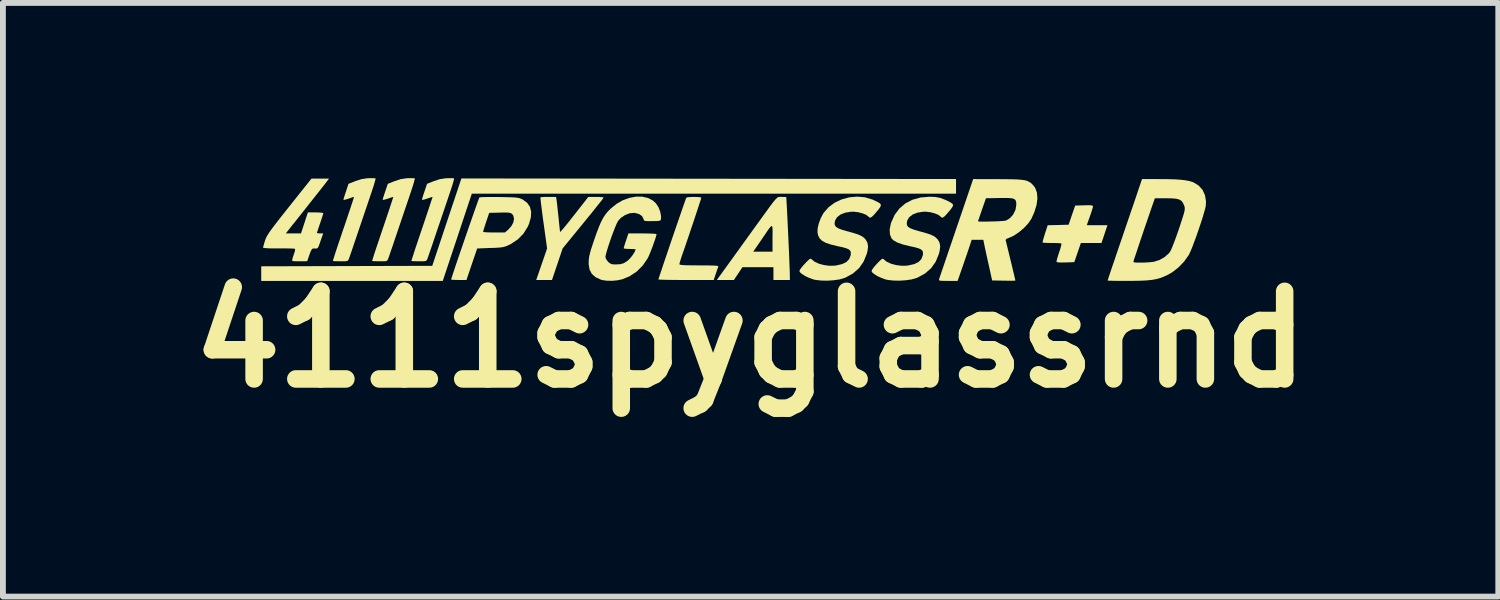
<source format=kicad_pcb>
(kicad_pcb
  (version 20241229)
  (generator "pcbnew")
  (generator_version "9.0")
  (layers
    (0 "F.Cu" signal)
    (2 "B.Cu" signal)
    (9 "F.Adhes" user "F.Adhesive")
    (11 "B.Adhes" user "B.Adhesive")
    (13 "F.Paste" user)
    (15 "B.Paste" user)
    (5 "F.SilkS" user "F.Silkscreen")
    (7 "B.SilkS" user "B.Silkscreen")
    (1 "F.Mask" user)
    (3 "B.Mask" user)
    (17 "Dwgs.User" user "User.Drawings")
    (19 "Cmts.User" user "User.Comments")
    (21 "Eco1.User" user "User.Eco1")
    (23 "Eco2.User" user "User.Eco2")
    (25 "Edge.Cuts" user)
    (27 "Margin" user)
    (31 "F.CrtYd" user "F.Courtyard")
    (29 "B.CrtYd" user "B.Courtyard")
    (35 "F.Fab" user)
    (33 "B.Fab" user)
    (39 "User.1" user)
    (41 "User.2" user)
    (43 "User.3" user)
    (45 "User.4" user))
  (footprint "4111spyglassrnd"
    (layer "F.Cu")
    (at 9.8 2.759)
    (property "Reference" "4111spyglassrnd" (at 0 0 0) (layer "F.SilkS") (effects (font (size 1.5 1.5) (thickness 0.3))))
    (attr board_only exclude_from_pos_files exclude_from_bom)
    (fp_poly (pts (xy -0.717 -2.749) (xy 3.517 -2.744) (xy 3.517 -2.619) (xy 3.517 -2.493) (xy -0.628 -2.493) (xy -4.773 -2.493) (xy -5.021 -1.747) (xy -5.27 -1) (xy -6.824 -1) (xy -8.378 -1) (xy -8.378 -1.125) (xy -8.378 -1.25) (xy -6.914 -1.254) (xy -5.45 -1.258) (xy -5.201 -2.006) (xy -4.951 -2.754)) (stroke (width 0) (type solid)) (fill yes) (layer "F.SilkS"))
    (fp_poly (pts (xy -3.322 -2.388) (xy -3.318 -2.354) (xy -3.311 -2.297) (xy -3.303 -2.222) (xy -3.294 -2.137) (xy -3.289 -2.095) (xy -3.281 -2.01) (xy -3.273 -1.937) (xy -3.267 -1.88) (xy -3.263 -1.846) (xy -3.261 -1.838) (xy -3.251 -1.846) (xy -3.224 -1.876) (xy -3.184 -1.924) (xy -3.132 -1.987) (xy -3.072 -2.063) (xy -3.018 -2.131) (xy -2.778 -2.438) (xy -2.647 -2.438) (xy -2.588 -2.437) (xy -2.542 -2.433) (xy -2.519 -2.428) (xy -2.517 -2.426) (xy -2.526 -2.411) (xy -2.553 -2.375) (xy -2.596 -2.321) (xy -2.652 -2.251) (xy -2.718 -2.168) (xy -2.794 -2.075) (xy -2.867 -1.985) (xy -3.218 -1.556) (xy -3.309 -1.286) (xy -3.4 -1.016) (xy -3.535 -1.016) (xy -3.67 -1.016) (xy -3.577 -1.286) (xy -3.484 -1.555) (xy -3.544 -1.989) (xy -3.56 -2.102) (xy -3.573 -2.205) (xy -3.584 -2.293) (xy -3.592 -2.362) (xy -3.597 -2.41) (xy -3.597 -2.43) (xy -3.597 -2.431) (xy -3.579 -2.434) (xy -3.538 -2.437) (xy -3.481 -2.438) (xy -3.46 -2.438) (xy -3.331 -2.438)) (stroke (width 0) (type solid)) (fill yes) (layer "F.SilkS"))
    (fp_poly (pts (xy 5.826 -2.294) (xy 5.851 -2.289) (xy 5.861 -2.281) (xy 5.862 -2.275) (xy 5.856 -2.251) (xy 5.843 -2.206) (xy 5.823 -2.146) (xy 5.808 -2.103) (xy 5.755 -1.954) (xy 5.932 -1.954) (xy 6.109 -1.954) (xy 6.058 -1.801) (xy 6.007 -1.649) (xy 5.831 -1.649) (xy 5.654 -1.649) (xy 5.598 -1.485) (xy 5.541 -1.321) (xy 5.389 -1.316) (xy 5.316 -1.315) (xy 5.269 -1.317) (xy 5.244 -1.322) (xy 5.236 -1.332) (xy 5.236 -1.333) (xy 5.241 -1.356) (xy 5.254 -1.401) (xy 5.272 -1.46) (xy 5.283 -1.492) (xy 5.303 -1.554) (xy 5.316 -1.603) (xy 5.322 -1.634) (xy 5.321 -1.64) (xy 5.302 -1.644) (xy 5.26 -1.647) (xy 5.2 -1.649) (xy 5.157 -1.649) (xy 5.091 -1.65) (xy 5.038 -1.652) (xy 5.005 -1.655) (xy 4.998 -1.658) (xy 5.001 -1.675) (xy 5.011 -1.716) (xy 5.028 -1.772) (xy 5.04 -1.81) (xy 5.086 -1.953) (xy 5.265 -1.957) (xy 5.444 -1.962) (xy 5.5 -2.126) (xy 5.557 -2.29) (xy 5.709 -2.294) (xy 5.781 -2.296)) (stroke (width 0) (type solid)) (fill yes) (layer "F.SilkS"))
    (fp_poly (pts (xy -6.443 -2.758) (xy -6.421 -2.756) (xy -6.421 -2.756) (xy -6.422 -2.74) (xy -6.433 -2.7) (xy -6.45 -2.639) (xy -6.474 -2.565) (xy -6.497 -2.497) (xy -6.526 -2.41) (xy -6.563 -2.301) (xy -6.605 -2.177) (xy -6.649 -2.047) (xy -6.693 -1.917) (xy -6.723 -1.829) (xy -6.76 -1.719) (xy -6.795 -1.617) (xy -6.825 -1.528) (xy -6.85 -1.455) (xy -6.868 -1.403) (xy -6.878 -1.376) (xy -6.878 -1.375) (xy -6.888 -1.355) (xy -6.902 -1.343) (xy -6.929 -1.337) (xy -6.974 -1.336) (xy -7.02 -1.336) (xy -7.079 -1.337) (xy -7.125 -1.338) (xy -7.149 -1.341) (xy -7.151 -1.341) (xy -7.147 -1.357) (xy -7.134 -1.399) (xy -7.114 -1.463) (xy -7.086 -1.548) (xy -7.053 -1.648) (xy -7.014 -1.762) (xy -6.973 -1.886) (xy -6.97 -1.892) (xy -6.928 -2.016) (xy -6.89 -2.13) (xy -6.856 -2.231) (xy -6.828 -2.316) (xy -6.807 -2.38) (xy -6.794 -2.422) (xy -6.789 -2.438) (xy -6.79 -2.438) (xy -6.806 -2.434) (xy -6.843 -2.422) (xy -6.883 -2.408) (xy -6.929 -2.394) (xy -6.961 -2.387) (xy -6.971 -2.389) (xy -6.967 -2.408) (xy -6.954 -2.45) (xy -6.936 -2.505) (xy -6.927 -2.531) (xy -6.884 -2.662) (xy -6.767 -2.708) (xy -6.663 -2.742) (xy -6.564 -2.757) (xy -6.541 -2.758) (xy -6.486 -2.759)) (stroke (width 0) (type solid)) (fill yes) (layer "F.SilkS"))
    (fp_poly (pts (xy -5.77 -2.758) (xy -5.749 -2.756) (xy -5.749 -2.756) (xy -5.75 -2.74) (xy -5.761 -2.7) (xy -5.778 -2.639) (xy -5.802 -2.565) (xy -5.825 -2.497) (xy -5.854 -2.41) (xy -5.891 -2.301) (xy -5.933 -2.177) (xy -5.977 -2.047) (xy -6.021 -1.917) (xy -6.051 -1.829) (xy -6.088 -1.719) (xy -6.122 -1.617) (xy -6.153 -1.528) (xy -6.178 -1.455) (xy -6.196 -1.403) (xy -6.206 -1.376) (xy -6.206 -1.375) (xy -6.216 -1.355) (xy -6.23 -1.343) (xy -6.257 -1.337) (xy -6.302 -1.336) (xy -6.348 -1.336) (xy -6.407 -1.337) (xy -6.453 -1.338) (xy -6.477 -1.341) (xy -6.479 -1.341) (xy -6.475 -1.357) (xy -6.462 -1.399) (xy -6.442 -1.463) (xy -6.414 -1.548) (xy -6.38 -1.648) (xy -6.342 -1.762) (xy -6.3 -1.886) (xy -6.298 -1.892) (xy -6.256 -2.016) (xy -6.218 -2.13) (xy -6.184 -2.231) (xy -6.156 -2.316) (xy -6.135 -2.38) (xy -6.122 -2.422) (xy -6.117 -2.438) (xy -6.117 -2.438) (xy -6.134 -2.434) (xy -6.171 -2.422) (xy -6.211 -2.408) (xy -6.257 -2.394) (xy -6.289 -2.387) (xy -6.299 -2.389) (xy -6.295 -2.408) (xy -6.282 -2.45) (xy -6.264 -2.505) (xy -6.255 -2.531) (xy -6.211 -2.662) (xy -6.095 -2.708) (xy -5.991 -2.742) (xy -5.892 -2.757) (xy -5.869 -2.758) (xy -5.813 -2.759)) (stroke (width 0) (type solid)) (fill yes) (layer "F.SilkS"))
    (fp_poly (pts (xy -5.098 -2.758) (xy -5.077 -2.756) (xy -5.077 -2.756) (xy -5.078 -2.74) (xy -5.088 -2.7) (xy -5.106 -2.639) (xy -5.13 -2.565) (xy -5.153 -2.497) (xy -5.182 -2.41) (xy -5.219 -2.301) (xy -5.261 -2.177) (xy -5.305 -2.047) (xy -5.349 -1.917) (xy -5.379 -1.829) (xy -5.416 -1.719) (xy -5.45 -1.617) (xy -5.481 -1.528) (xy -5.506 -1.455) (xy -5.524 -1.403) (xy -5.534 -1.376) (xy -5.534 -1.375) (xy -5.544 -1.355) (xy -5.558 -1.343) (xy -5.584 -1.337) (xy -5.63 -1.336) (xy -5.676 -1.336) (xy -5.735 -1.337) (xy -5.781 -1.338) (xy -5.805 -1.341) (xy -5.807 -1.341) (xy -5.803 -1.357) (xy -5.79 -1.399) (xy -5.769 -1.463) (xy -5.742 -1.548) (xy -5.708 -1.648) (xy -5.67 -1.762) (xy -5.628 -1.886) (xy -5.626 -1.892) (xy -5.584 -2.016) (xy -5.546 -2.13) (xy -5.512 -2.231) (xy -5.484 -2.316) (xy -5.463 -2.38) (xy -5.449 -2.422) (xy -5.445 -2.438) (xy -5.445 -2.438) (xy -5.461 -2.434) (xy -5.499 -2.422) (xy -5.539 -2.408) (xy -5.585 -2.394) (xy -5.617 -2.387) (xy -5.627 -2.389) (xy -5.622 -2.408) (xy -5.61 -2.45) (xy -5.592 -2.505) (xy -5.583 -2.531) (xy -5.539 -2.662) (xy -5.423 -2.708) (xy -5.319 -2.742) (xy -5.219 -2.757) (xy -5.197 -2.758) (xy -5.141 -2.759)) (stroke (width 0) (type solid)) (fill yes) (layer "F.SilkS"))
    (fp_poly (pts (xy 0.52 -2.439) (xy 0.533 -2.438) (xy 0.577 -2.438) (xy 0.605 -2.436) (xy 0.61 -2.434) (xy 0.613 -2.401) (xy 0.616 -2.34) (xy 0.621 -2.256) (xy 0.626 -2.155) (xy 0.632 -2.039) (xy 0.638 -1.913) (xy 0.644 -1.782) (xy 0.65 -1.65) (xy 0.656 -1.522) (xy 0.661 -1.401) (xy 0.665 -1.291) (xy 0.669 -1.198) (xy 0.671 -1.125) (xy 0.672 -1.077) (xy 0.672 -1.07) (xy 0.672 -1.016) (xy 0.531 -1.016) (xy 0.391 -1.016) (xy 0.391 -1.125) (xy 0.391 -1.235) (xy 0.125 -1.235) (xy -0.14 -1.235) (xy -0.213 -1.125) (xy -0.286 -1.016) (xy -0.432 -1.016) (xy -0.578 -1.016) (xy -0.372 -1.301) (xy -0.304 -1.395) (xy -0.228 -1.501) (xy 0.045 -1.501) (xy 0.21 -1.501) (xy 0.375 -1.501) (xy 0.375 -1.737) (xy 0.376 -1.82) (xy 0.376 -1.882) (xy 0.373 -1.922) (xy 0.365 -1.94) (xy 0.349 -1.934) (xy 0.324 -1.906) (xy 0.286 -1.853) (xy 0.234 -1.776) (xy 0.182 -1.7) (xy 0.045 -1.501) (xy -0.228 -1.501) (xy -0.223 -1.507) (xy -0.135 -1.63) (xy -0.044 -1.756) (xy 0.043 -1.877) (xy 0.099 -1.954) (xy 0.188 -2.077) (xy 0.261 -2.178) (xy 0.319 -2.258) (xy 0.365 -2.32) (xy 0.401 -2.366) (xy 0.429 -2.398) (xy 0.451 -2.42) (xy 0.468 -2.432) (xy 0.485 -2.438) (xy 0.501 -2.439)) (stroke (width 0) (type solid)) (fill yes) (layer "F.SilkS"))
    (fp_poly (pts (xy -0.938 -2.438) (xy -0.889 -2.435) (xy -0.855 -2.43) (xy -0.844 -2.423) (xy -0.849 -2.406) (xy -0.863 -2.362) (xy -0.884 -2.297) (xy -0.911 -2.214) (xy -0.943 -2.118) (xy -0.978 -2.012) (xy -1.016 -1.9) (xy -1.054 -1.786) (xy -1.092 -1.675) (xy -1.128 -1.569) (xy -1.161 -1.474) (xy -1.171 -1.447) (xy -1.192 -1.384) (xy -1.208 -1.331) (xy -1.218 -1.296) (xy -1.219 -1.287) (xy -1.214 -1.28) (xy -1.195 -1.275) (xy -1.159 -1.271) (xy -1.103 -1.268) (xy -1.024 -1.267) (xy -0.917 -1.266) (xy -0.882 -1.266) (xy -0.767 -1.266) (xy -0.68 -1.264) (xy -0.618 -1.262) (xy -0.578 -1.259) (xy -0.557 -1.254) (xy -0.552 -1.247) (xy -0.552 -1.247) (xy -0.561 -1.223) (xy -0.577 -1.179) (xy -0.595 -1.123) (xy -0.596 -1.122) (xy -0.631 -1.016) (xy -1.105 -1.016) (xy -1.223 -1.016) (xy -1.33 -1.017) (xy -1.423 -1.018) (xy -1.498 -1.02) (xy -1.55 -1.022) (xy -1.576 -1.024) (xy -1.579 -1.025) (xy -1.574 -1.041) (xy -1.56 -1.084) (xy -1.538 -1.149) (xy -1.51 -1.233) (xy -1.477 -1.332) (xy -1.439 -1.443) (xy -1.399 -1.562) (xy -1.357 -1.686) (xy -1.314 -1.811) (xy -1.272 -1.934) (xy -1.232 -2.05) (xy -1.195 -2.157) (xy -1.163 -2.25) (xy -1.136 -2.327) (xy -1.116 -2.384) (xy -1.104 -2.417) (xy -1.102 -2.423) (xy -1.083 -2.431) (xy -1.044 -2.435) (xy -0.992 -2.438)) (stroke (width 0) (type solid)) (fill yes) (layer "F.SilkS"))
    (fp_poly (pts (xy -7.262 -2.692) (xy -7.286 -2.661) (xy -7.329 -2.606) (xy -7.389 -2.53) (xy -7.466 -2.433) (xy -7.558 -2.317) (xy -7.664 -2.182) (xy -7.784 -2.031) (xy -7.874 -1.919) (xy -7.957 -1.813) (xy -7.827 -1.813) (xy -7.697 -1.813) (xy -7.638 -1.993) (xy -7.579 -2.173) (xy -7.447 -2.173) (xy -7.387 -2.171) (xy -7.342 -2.167) (xy -7.317 -2.162) (xy -7.315 -2.159) (xy -7.32 -2.14) (xy -7.333 -2.098) (xy -7.352 -2.04) (xy -7.37 -1.987) (xy -7.392 -1.922) (xy -7.41 -1.868) (xy -7.422 -1.832) (xy -7.425 -1.821) (xy -7.411 -1.816) (xy -7.377 -1.813) (xy -7.371 -1.813) (xy -7.317 -1.813) (xy -7.354 -1.708) (xy -7.378 -1.638) (xy -7.395 -1.593) (xy -7.408 -1.568) (xy -7.422 -1.556) (xy -7.438 -1.554) (xy -7.457 -1.555) (xy -7.485 -1.556) (xy -7.505 -1.548) (xy -7.521 -1.527) (xy -7.539 -1.486) (xy -7.559 -1.431) (xy -7.591 -1.337) (xy -7.71 -1.336) (xy -7.769 -1.336) (xy -7.816 -1.338) (xy -7.842 -1.34) (xy -7.844 -1.341) (xy -7.848 -1.357) (xy -7.839 -1.397) (xy -7.823 -1.445) (xy -7.803 -1.503) (xy -7.797 -1.537) (xy -7.804 -1.551) (xy -7.804 -1.551) (xy -7.826 -1.553) (xy -7.873 -1.555) (xy -7.94 -1.556) (xy -8.021 -1.556) (xy -8.085 -1.556) (xy -8.18 -1.556) (xy -8.257 -1.558) (xy -8.312 -1.562) (xy -8.342 -1.567) (xy -8.347 -1.57) (xy -8.342 -1.591) (xy -8.33 -1.633) (xy -8.314 -1.687) (xy -8.313 -1.69) (xy -8.303 -1.719) (xy -8.29 -1.748) (xy -8.272 -1.781) (xy -8.247 -1.82) (xy -8.214 -1.868) (xy -8.17 -1.927) (xy -8.114 -2) (xy -8.043 -2.091) (xy -7.955 -2.202) (xy -7.899 -2.273) (xy -7.518 -2.751) (xy -7.368 -2.751) (xy -7.218 -2.751)) (stroke (width 0) (type solid)) (fill yes) (layer "F.SilkS"))
    (fp_poly (pts (xy -4.332 -2.437) (xy -4.303 -2.436) (xy -4.194 -2.434) (xy -4.11 -2.432) (xy -4.048 -2.429) (xy -4.003 -2.425) (xy -3.968 -2.419) (xy -3.941 -2.41) (xy -3.914 -2.399) (xy -3.899 -2.391) (xy -3.826 -2.338) (xy -3.778 -2.269) (xy -3.757 -2.185) (xy -3.762 -2.088) (xy -3.793 -1.978) (xy -3.816 -1.926) (xy -3.889 -1.809) (xy -3.986 -1.71) (xy -4.106 -1.631) (xy -4.121 -1.623) (xy -4.164 -1.603) (xy -4.2 -1.589) (xy -4.238 -1.579) (xy -4.284 -1.572) (xy -4.345 -1.568) (xy -4.428 -1.564) (xy -4.454 -1.564) (xy -4.681 -1.555) (xy -4.773 -1.286) (xy -4.864 -1.016) (xy -4.996 -1.016) (xy -5.055 -1.017) (xy -5.101 -1.019) (xy -5.125 -1.022) (xy -5.127 -1.024) (xy -5.122 -1.042) (xy -5.108 -1.086) (xy -5.086 -1.152) (xy -5.058 -1.237) (xy -5.024 -1.337) (xy -4.986 -1.449) (xy -4.945 -1.568) (xy -4.902 -1.693) (xy -4.859 -1.818) (xy -4.851 -1.841) (xy -4.58 -1.841) (xy -4.565 -1.836) (xy -4.525 -1.832) (xy -4.466 -1.83) (xy -4.394 -1.829) (xy -4.393 -1.829) (xy -4.206 -1.829) (xy -4.148 -1.879) (xy -4.094 -1.94) (xy -4.061 -2.003) (xy -4.05 -2.065) (xy -4.063 -2.119) (xy -4.08 -2.142) (xy -4.097 -2.156) (xy -4.117 -2.164) (xy -4.148 -2.169) (xy -4.197 -2.171) (xy -4.268 -2.17) (xy -4.294 -2.169) (xy -4.475 -2.165) (xy -4.528 -2.009) (xy -4.549 -1.944) (xy -4.566 -1.889) (xy -4.577 -1.853) (xy -4.58 -1.841) (xy -4.851 -1.841) (xy -4.817 -1.94) (xy -4.776 -2.057) (xy -4.739 -2.163) (xy -4.706 -2.257) (xy -4.679 -2.333) (xy -4.659 -2.389) (xy -4.647 -2.421) (xy -4.644 -2.428) (xy -4.625 -2.432) (xy -4.579 -2.435) (xy -4.512 -2.436) (xy -4.428 -2.437)) (stroke (width 0) (type solid)) (fill yes) (layer "F.SilkS"))
    (fp_poly (pts (xy 3.163 -2.437) (xy 3.25 -2.42) (xy 3.336 -2.387) (xy 3.368 -2.372) (xy 3.425 -2.342) (xy 3.458 -2.319) (xy 3.467 -2.294) (xy 3.453 -2.262) (xy 3.418 -2.215) (xy 3.395 -2.188) (xy 3.346 -2.131) (xy 3.312 -2.098) (xy 3.287 -2.083) (xy 3.268 -2.086) (xy 3.252 -2.102) (xy 3.212 -2.132) (xy 3.15 -2.157) (xy 3.076 -2.176) (xy 2.998 -2.185) (xy 2.954 -2.184) (xy 2.854 -2.168) (xy 2.773 -2.136) (xy 2.714 -2.089) (xy 2.68 -2.031) (xy 2.673 -1.984) (xy 2.678 -1.952) (xy 2.697 -1.925) (xy 2.733 -1.902) (xy 2.79 -1.879) (xy 2.873 -1.854) (xy 2.901 -1.847) (xy 3.001 -1.819) (xy 3.075 -1.795) (xy 3.129 -1.771) (xy 3.168 -1.745) (xy 3.198 -1.715) (xy 3.203 -1.71) (xy 3.235 -1.654) (xy 3.246 -1.589) (xy 3.236 -1.51) (xy 3.222 -1.458) (xy 3.168 -1.327) (xy 3.09 -1.217) (xy 2.988 -1.128) (xy 2.863 -1.059) (xy 2.833 -1.047) (xy 2.754 -1.025) (xy 2.656 -1.011) (xy 2.549 -1.004) (xy 2.445 -1.006) (xy 2.353 -1.016) (xy 2.314 -1.024) (xy 2.242 -1.05) (xy 2.172 -1.082) (xy 2.114 -1.118) (xy 2.08 -1.148) (xy 2.071 -1.166) (xy 2.078 -1.19) (xy 2.104 -1.226) (xy 2.107 -1.231) (xy 2.15 -1.28) (xy 2.197 -1.33) (xy 2.208 -1.341) (xy 2.241 -1.371) (xy 2.261 -1.381) (xy 2.276 -1.374) (xy 2.282 -1.367) (xy 2.332 -1.327) (xy 2.405 -1.294) (xy 2.492 -1.271) (xy 2.586 -1.259) (xy 2.678 -1.261) (xy 2.702 -1.265) (xy 2.802 -1.288) (xy 2.875 -1.324) (xy 2.922 -1.372) (xy 2.947 -1.436) (xy 2.95 -1.451) (xy 2.951 -1.488) (xy 2.941 -1.517) (xy 2.915 -1.54) (xy 2.869 -1.56) (xy 2.8 -1.579) (xy 2.727 -1.594) (xy 2.602 -1.625) (xy 2.508 -1.659) (xy 2.443 -1.697) (xy 2.412 -1.729) (xy 2.385 -1.798) (xy 2.381 -1.884) (xy 2.401 -1.983) (xy 2.407 -1.999) (xy 2.466 -2.13) (xy 2.547 -2.239) (xy 2.649 -2.326) (xy 2.77 -2.389) (xy 2.909 -2.428) (xy 3.063 -2.441)) (stroke (width 0) (type solid)) (fill yes) (layer "F.SilkS"))
    (fp_poly (pts (xy 1.959 -2.431) (xy 2.086 -2.393) (xy 2.105 -2.384) (xy 2.173 -2.352) (xy 2.215 -2.327) (xy 2.231 -2.302) (xy 2.224 -2.272) (xy 2.195 -2.23) (xy 2.16 -2.188) (xy 2.112 -2.131) (xy 2.077 -2.098) (xy 2.052 -2.083) (xy 2.033 -2.086) (xy 2.017 -2.102) (xy 1.977 -2.132) (xy 1.915 -2.157) (xy 1.841 -2.176) (xy 1.764 -2.185) (xy 1.719 -2.184) (xy 1.619 -2.168) (xy 1.538 -2.136) (xy 1.479 -2.089) (xy 1.445 -2.031) (xy 1.438 -1.984) (xy 1.443 -1.952) (xy 1.462 -1.925) (xy 1.498 -1.902) (xy 1.555 -1.879) (xy 1.638 -1.854) (xy 1.666 -1.847) (xy 1.766 -1.819) (xy 1.84 -1.795) (xy 1.894 -1.771) (xy 1.934 -1.745) (xy 1.964 -1.715) (xy 1.968 -1.71) (xy 2 -1.654) (xy 2.011 -1.589) (xy 2.001 -1.51) (xy 1.987 -1.458) (xy 1.933 -1.327) (xy 1.855 -1.217) (xy 1.753 -1.128) (xy 1.629 -1.059) (xy 1.598 -1.047) (xy 1.52 -1.025) (xy 1.422 -1.011) (xy 1.315 -1.004) (xy 1.21 -1.006) (xy 1.118 -1.016) (xy 1.079 -1.024) (xy 1.007 -1.05) (xy 0.937 -1.082) (xy 0.879 -1.118) (xy 0.845 -1.148) (xy 0.836 -1.166) (xy 0.843 -1.19) (xy 0.869 -1.226) (xy 0.872 -1.231) (xy 0.915 -1.28) (xy 0.962 -1.33) (xy 0.973 -1.341) (xy 1.006 -1.371) (xy 1.027 -1.381) (xy 1.041 -1.374) (xy 1.048 -1.367) (xy 1.098 -1.327) (xy 1.17 -1.294) (xy 1.257 -1.271) (xy 1.351 -1.259) (xy 1.443 -1.261) (xy 1.467 -1.265) (xy 1.567 -1.288) (xy 1.64 -1.324) (xy 1.687 -1.372) (xy 1.712 -1.436) (xy 1.715 -1.451) (xy 1.716 -1.488) (xy 1.706 -1.517) (xy 1.68 -1.54) (xy 1.634 -1.56) (xy 1.565 -1.579) (xy 1.492 -1.594) (xy 1.377 -1.622) (xy 1.289 -1.651) (xy 1.226 -1.685) (xy 1.183 -1.726) (xy 1.157 -1.776) (xy 1.145 -1.833) (xy 1.148 -1.901) (xy 1.167 -1.983) (xy 1.199 -2.069) (xy 1.24 -2.148) (xy 1.253 -2.168) (xy 1.337 -2.263) (xy 1.441 -2.34) (xy 1.561 -2.396) (xy 1.691 -2.431) (xy 1.825 -2.443)) (stroke (width 0) (type solid)) (fill yes) (layer "F.SilkS"))
    (fp_poly (pts (xy 4.23 -2.742) (xy 4.369 -2.741) (xy 4.48 -2.74) (xy 4.568 -2.737) (xy 4.637 -2.731) (xy 4.69 -2.724) (xy 4.731 -2.713) (xy 4.764 -2.698) (xy 4.794 -2.679) (xy 4.817 -2.661) (xy 4.871 -2.595) (xy 4.902 -2.511) (xy 4.91 -2.412) (xy 4.895 -2.299) (xy 4.857 -2.176) (xy 4.806 -2.062) (xy 4.755 -1.987) (xy 4.683 -1.909) (xy 4.598 -1.837) (xy 4.51 -1.777) (xy 4.426 -1.738) (xy 4.419 -1.735) (xy 4.379 -1.719) (xy 4.366 -1.7) (xy 4.368 -1.691) (xy 4.374 -1.668) (xy 4.385 -1.622) (xy 4.401 -1.557) (xy 4.42 -1.478) (xy 4.441 -1.392) (xy 4.463 -1.304) (xy 4.483 -1.218) (xy 4.502 -1.14) (xy 4.517 -1.075) (xy 4.528 -1.029) (xy 4.533 -1.007) (xy 4.533 -1.006) (xy 4.518 -1.004) (xy 4.478 -1.003) (xy 4.419 -1.003) (xy 4.345 -1.004) (xy 4.334 -1.004) (xy 4.135 -1.008) (xy 4.078 -1.266) (xy 4.057 -1.36) (xy 4.037 -1.45) (xy 4.02 -1.529) (xy 4.007 -1.59) (xy 4.002 -1.614) (xy 3.984 -1.704) (xy 3.885 -1.704) (xy 3.785 -1.704) (xy 3.732 -1.544) (xy 3.704 -1.461) (xy 3.67 -1.363) (xy 3.636 -1.263) (xy 3.611 -1.192) (xy 3.544 -1) (xy 3.381 -1) (xy 3.308 -1.001) (xy 3.262 -1.002) (xy 3.236 -1.006) (xy 3.226 -1.014) (xy 3.226 -1.026) (xy 3.229 -1.036) (xy 3.236 -1.057) (xy 3.252 -1.104) (xy 3.276 -1.176) (xy 3.308 -1.269) (xy 3.346 -1.381) (xy 3.389 -1.508) (xy 3.437 -1.648) (xy 3.488 -1.798) (xy 3.525 -1.907) (xy 3.564 -2.02) (xy 3.893 -2.02) (xy 3.907 -2.017) (xy 3.945 -2.015) (xy 4.002 -2.015) (xy 4.071 -2.016) (xy 4.145 -2.018) (xy 4.218 -2.02) (xy 4.284 -2.024) (xy 4.336 -2.028) (xy 4.367 -2.032) (xy 4.372 -2.033) (xy 4.441 -2.075) (xy 4.497 -2.139) (xy 4.535 -2.218) (xy 4.549 -2.302) (xy 4.549 -2.302) (xy 4.547 -2.345) (xy 4.538 -2.377) (xy 4.52 -2.398) (xy 4.486 -2.412) (xy 4.433 -2.418) (xy 4.358 -2.42) (xy 4.259 -2.419) (xy 4.029 -2.415) (xy 3.961 -2.22) (xy 3.936 -2.147) (xy 3.915 -2.086) (xy 3.9 -2.042) (xy 3.893 -2.021) (xy 3.893 -2.02) (xy 3.564 -2.02) (xy 3.81 -2.743)) (stroke (width 0) (type solid)) (fill yes) (layer "F.SilkS"))
    (fp_poly (pts (xy -1.853 -2.442) (xy -1.754 -2.419) (xy -1.669 -2.373) (xy -1.619 -2.326) (xy -1.577 -2.261) (xy -1.547 -2.184) (xy -1.533 -2.107) (xy -1.534 -2.064) (xy -1.538 -2.045) (xy -1.548 -2.034) (xy -1.569 -2.028) (xy -1.609 -2.025) (xy -1.673 -2.024) (xy -1.683 -2.024) (xy -1.75 -2.023) (xy -1.793 -2.025) (xy -1.816 -2.03) (xy -1.828 -2.041) (xy -1.833 -2.059) (xy -1.834 -2.064) (xy -1.859 -2.11) (xy -1.908 -2.144) (xy -1.976 -2.163) (xy -1.993 -2.165) (xy -2.07 -2.158) (xy -2.15 -2.127) (xy -2.222 -2.078) (xy -2.267 -2.029) (xy -2.286 -1.995) (xy -2.311 -1.938) (xy -2.34 -1.865) (xy -2.372 -1.781) (xy -2.403 -1.692) (xy -2.432 -1.606) (xy -2.457 -1.527) (xy -2.475 -1.463) (xy -2.485 -1.419) (xy -2.485 -1.409) (xy -2.475 -1.375) (xy -2.448 -1.337) (xy -2.44 -1.327) (xy -2.407 -1.3) (xy -2.374 -1.286) (xy -2.327 -1.282) (xy -2.308 -1.282) (xy -2.232 -1.286) (xy -2.174 -1.302) (xy -2.121 -1.334) (xy -2.088 -1.361) (xy -2.053 -1.398) (xy -2.018 -1.444) (xy -1.988 -1.491) (xy -1.971 -1.528) (xy -1.969 -1.539) (xy -1.984 -1.543) (xy -2.021 -1.546) (xy -2.071 -1.547) (xy -2.123 -1.549) (xy -2.159 -1.553) (xy -2.173 -1.559) (xy -2.168 -1.578) (xy -2.156 -1.62) (xy -2.138 -1.675) (xy -2.132 -1.692) (xy -2.092 -1.813) (xy -1.851 -1.813) (xy -1.768 -1.812) (xy -1.698 -1.81) (xy -1.645 -1.807) (xy -1.615 -1.803) (xy -1.61 -1.801) (xy -1.616 -1.774) (xy -1.63 -1.725) (xy -1.652 -1.662) (xy -1.677 -1.591) (xy -1.704 -1.521) (xy -1.73 -1.457) (xy -1.752 -1.407) (xy -1.761 -1.389) (xy -1.846 -1.264) (xy -1.951 -1.159) (xy -2.073 -1.079) (xy -2.19 -1.03) (xy -2.273 -1.011) (xy -2.367 -1.002) (xy -2.459 -1.003) (xy -2.538 -1.014) (xy -2.565 -1.022) (xy -2.655 -1.064) (xy -2.718 -1.12) (xy -2.756 -1.191) (xy -2.772 -1.282) (xy -2.772 -1.321) (xy -2.77 -1.369) (xy -2.763 -1.418) (xy -2.75 -1.475) (xy -2.73 -1.545) (xy -2.7 -1.636) (xy -2.683 -1.688) (xy -2.637 -1.819) (xy -2.597 -1.924) (xy -2.561 -2.008) (xy -2.525 -2.077) (xy -2.488 -2.134) (xy -2.447 -2.185) (xy -2.4 -2.233) (xy -2.398 -2.235) (xy -2.296 -2.318) (xy -2.187 -2.381) (xy -2.073 -2.422) (xy -1.961 -2.443)) (stroke (width 0) (type solid)) (fill yes) (layer "F.SilkS"))
    (fp_poly (pts (xy 7.129 -2.742) (xy 7.257 -2.739) (xy 7.362 -2.732) (xy 7.446 -2.722) (xy 7.514 -2.709) (xy 7.569 -2.692) (xy 7.581 -2.687) (xy 7.67 -2.633) (xy 7.737 -2.559) (xy 7.779 -2.467) (xy 7.796 -2.362) (xy 7.793 -2.29) (xy 7.783 -2.241) (xy 7.763 -2.17) (xy 7.737 -2.081) (xy 7.704 -1.98) (xy 7.668 -1.873) (xy 7.631 -1.765) (xy 7.593 -1.664) (xy 7.559 -1.573) (xy 7.528 -1.499) (xy 7.504 -1.449) (xy 7.5 -1.441) (xy 7.422 -1.332) (xy 7.325 -1.231) (xy 7.217 -1.147) (xy 7.142 -1.104) (xy 7.074 -1.073) (xy 7.009 -1.048) (xy 6.941 -1.03) (xy 6.866 -1.017) (xy 6.777 -1.008) (xy 6.67 -1.003) (xy 6.539 -1.001) (xy 6.459 -1.001) (xy 6.359 -1.001) (xy 6.27 -1.001) (xy 6.197 -1.002) (xy 6.143 -1.004) (xy 6.115 -1.005) (xy 6.112 -1.006) (xy 6.117 -1.021) (xy 6.13 -1.063) (xy 6.152 -1.129) (xy 6.181 -1.215) (xy 6.216 -1.318) (xy 6.221 -1.331) (xy 6.554 -1.331) (xy 6.559 -1.321) (xy 6.577 -1.316) (xy 6.615 -1.313) (xy 6.679 -1.313) (xy 6.687 -1.313) (xy 6.762 -1.315) (xy 6.838 -1.32) (xy 6.899 -1.327) (xy 6.909 -1.329) (xy 7 -1.358) (xy 7.086 -1.407) (xy 7.157 -1.469) (xy 7.18 -1.497) (xy 7.197 -1.529) (xy 7.221 -1.586) (xy 7.251 -1.662) (xy 7.284 -1.751) (xy 7.319 -1.85) (xy 7.333 -1.891) (xy 7.369 -2) (xy 7.396 -2.083) (xy 7.415 -2.145) (xy 7.427 -2.19) (xy 7.432 -2.222) (xy 7.433 -2.247) (xy 7.43 -2.267) (xy 7.423 -2.288) (xy 7.423 -2.288) (xy 7.402 -2.336) (xy 7.376 -2.37) (xy 7.339 -2.393) (xy 7.286 -2.407) (xy 7.212 -2.413) (xy 7.117 -2.415) (xy 6.921 -2.415) (xy 6.877 -2.29) (xy 6.861 -2.244) (xy 6.838 -2.177) (xy 6.809 -2.092) (xy 6.776 -1.995) (xy 6.74 -1.891) (xy 6.704 -1.783) (xy 6.668 -1.678) (xy 6.635 -1.579) (xy 6.606 -1.491) (xy 6.582 -1.42) (xy 6.565 -1.37) (xy 6.558 -1.348) (xy 6.554 -1.331) (xy 6.221 -1.331) (xy 6.256 -1.436) (xy 6.3 -1.565) (xy 6.329 -1.651) (xy 6.379 -1.796) (xy 6.428 -1.941) (xy 6.476 -2.081) (xy 6.52 -2.211) (xy 6.56 -2.327) (xy 6.593 -2.424) (xy 6.618 -2.498) (xy 6.624 -2.517) (xy 6.701 -2.743) (xy 6.973 -2.743)) (stroke (width 0) (type solid)) (fill yes) (layer "F.SilkS")))
  (gr_rect
    (start -3 -3)
    (end 22.6 7.163)
    (stroke (width 0.1) (type default))
    (fill no)
    (layer "Edge.Cuts")))
</source>
